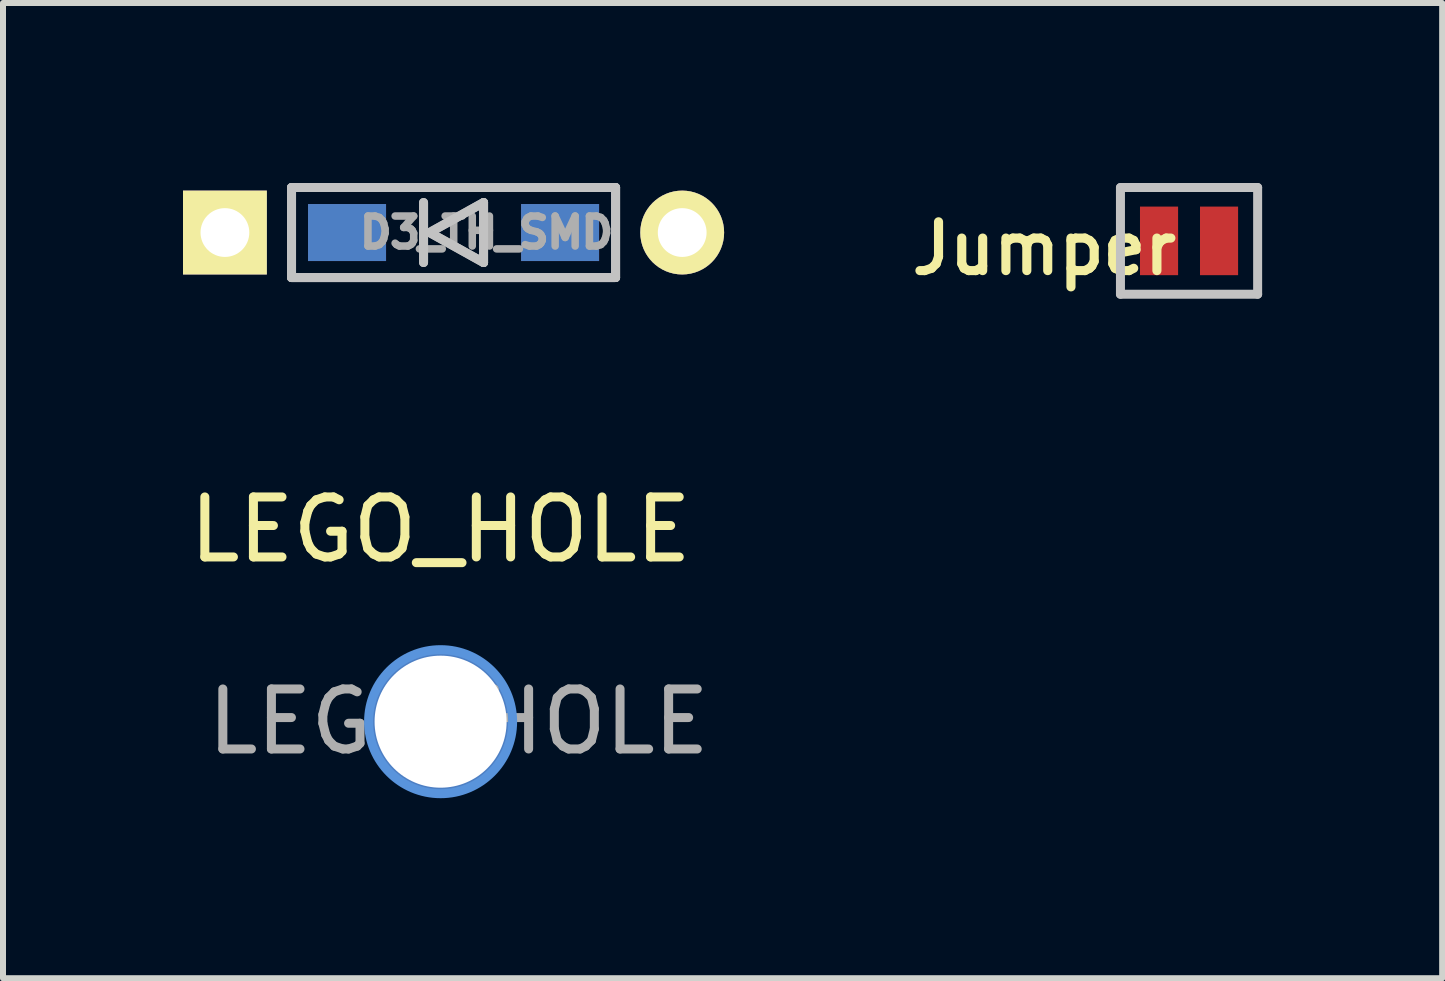
<source format=kicad_pcb>
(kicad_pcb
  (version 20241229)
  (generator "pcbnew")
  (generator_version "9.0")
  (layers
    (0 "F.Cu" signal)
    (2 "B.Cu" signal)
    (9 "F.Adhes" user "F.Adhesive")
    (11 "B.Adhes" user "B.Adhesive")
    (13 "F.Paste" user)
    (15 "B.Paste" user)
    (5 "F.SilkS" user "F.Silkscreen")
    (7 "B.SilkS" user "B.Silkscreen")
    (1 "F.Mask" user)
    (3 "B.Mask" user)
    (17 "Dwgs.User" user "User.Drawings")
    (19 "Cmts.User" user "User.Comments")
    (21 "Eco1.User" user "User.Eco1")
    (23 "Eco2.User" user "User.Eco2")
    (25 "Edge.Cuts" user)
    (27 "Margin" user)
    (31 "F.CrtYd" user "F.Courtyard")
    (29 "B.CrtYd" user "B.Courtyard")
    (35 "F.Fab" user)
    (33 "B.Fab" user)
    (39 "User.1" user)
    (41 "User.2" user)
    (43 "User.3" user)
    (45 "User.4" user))
  (footprint "D3_TH_SMD"
    (layer "F.Cu")
    (at 4.508 0.825)
    (property "Reference" "D3_TH_SMD" (at 0.55 0 0) (layer "F.Fab") (effects (font (size 0.5 0.5) (thickness 0.125))))
    (attr through_hole)
    (fp_line (start -2.7 -0.75) (end -2.7 0.75) (stroke (width 0.15) (type solid)) (layer "Dwgs.User"))
    (fp_line (start -2.7 -0.75) (end -2.7 0.75) (stroke (width 0.15) (type solid)) (layer "Dwgs.User"))
    (fp_line (start -2.7 0.75) (end 2.7 0.75) (stroke (width 0.15) (type solid)) (layer "Dwgs.User"))
    (fp_line (start -2.7 0.75) (end 2.7 0.75) (stroke (width 0.15) (type solid)) (layer "Dwgs.User"))
    (fp_line (start -0.5 -0.5) (end -0.5 0.5) (stroke (width 0.15) (type solid)) (layer "Dwgs.User"))
    (fp_line (start -0.5 -0.5) (end -0.5 0.5) (stroke (width 0.15) (type solid)) (layer "Dwgs.User"))
    (fp_line (start -0.4 0) (end 0.5 -0.5) (stroke (width 0.15) (type solid)) (layer "Dwgs.User"))
    (fp_line (start -0.4 0) (end 0.5 -0.5) (stroke (width 0.15) (type solid)) (layer "Dwgs.User"))
    (fp_line (start 0.5 -0.5) (end 0.5 0.5) (stroke (width 0.15) (type solid)) (layer "Dwgs.User"))
    (fp_line (start 0.5 -0.5) (end 0.5 0.5) (stroke (width 0.15) (type solid)) (layer "Dwgs.User"))
    (fp_line (start 0.5 0.5) (end -0.4 0) (stroke (width 0.15) (type solid)) (layer "Dwgs.User"))
    (fp_line (start 0.5 0.5) (end -0.4 0) (stroke (width 0.15) (type solid)) (layer "Dwgs.User"))
    (fp_line (start 2.7 -0.75) (end -2.7 -0.75) (stroke (width 0.15) (type solid)) (layer "Dwgs.User"))
    (fp_line (start 2.7 -0.75) (end -2.7 -0.75) (stroke (width 0.15) (type solid)) (layer "Dwgs.User"))
    (fp_line (start 2.7 0.75) (end 2.7 -0.75) (stroke (width 0.15) (type solid)) (layer "Dwgs.User"))
    (fp_line (start 2.7 0.75) (end 2.7 -0.75) (stroke (width 0.15) (type solid)) (layer "Dwgs.User"))
    (pad "1" thru_hole rect (at -3.81 0) (size 1.397 1.397) (drill 0.813) (layers "*.Cu" "*.Mask" "F.SilkS"))
    (pad "1" smd rect (at -1.775 0) (size 1.3 0.95) (layers "F.Cu" "F.Mask" "F.Paste"))
    (pad "1" smd rect (at -1.775 0) (size 1.3 0.95) (layers "B.Cu" "B.Mask" "B.Paste"))
    (pad "2" smd rect (at 1.775 0) (size 1.3 0.95) (layers "F.Cu" "F.Mask" "F.Paste"))
    (pad "2" smd rect (at 1.775 0) (size 1.3 0.95) (layers "B.Cu" "B.Mask" "B.Paste"))
    (pad "2" thru_hole circle (at 3.81 0) (size 1.397 1.397) (drill 0.813) (layers "*.Cu" "*.Mask" "F.SilkS")))
  (footprint "Jumper"
    (layer "F.Cu")
    (at 16.764 0.964)
    (property "Reference" "Jumper" (at -2.413 0.127 180) (layer "F.SilkS") (effects (font (size 0.813 0.813) (thickness 0.152))))
    (attr smd)
    (fp_line (start -1.143 -0.889) (end 1.143 -0.889) (stroke (width 0.15) (type solid)) (layer "Dwgs.User"))
    (fp_line (start -1.143 0.889) (end -1.143 -0.889) (stroke (width 0.15) (type solid)) (layer "Dwgs.User"))
    (fp_line (start 1.143 -0.889) (end 1.143 0.889) (stroke (width 0.15) (type solid)) (layer "Dwgs.User"))
    (fp_line (start 1.143 0.889) (end -1.143 0.889) (stroke (width 0.15) (type solid)) (layer "Dwgs.User"))
    (pad "1" smd rect (at -0.5 0) (size 0.635 1.143) (layers "F.Cu" "F.Mask" "F.Paste"))
    (pad "2" smd rect (at 0.5 0) (size 0.635 1.143) (layers "F.Cu" "F.Mask" "F.Paste")))
  (footprint "LEGO_HOLE"
    (layer "F.Cu")
    (at 4.292 8.976)
    (property "Reference" "LEGO_HOLE" (at 0 -3.2 0) (layer "F.SilkS") (effects (font (size 1 1) (thickness 0.15))))
    (attr exclude_from_pos_files exclude_from_bom)
    (fp_circle (center 0 0) (end 1.2 0) (stroke (width 0.15) (type solid)) (fill no) (layer "Cmts.User"))
    (fp_circle (center 0 0) (end 1.2 0) (stroke (width 0.05) (type solid)) (fill no) (layer "F.CrtYd"))
    (fp_text user "${REFERENCE}" (at 0.3 0 0) (layer "F.Fab") (effects (font (size 1 1) (thickness 0.15))))
    (pad "h2" thru_hole circle (at 0 0) (size 2.4 2.4) (drill 2.2) (layers "*.Cu" "*.Mask")))
  (gr_rect
    (start -3 -3)
    (end 20.982 13.251)
    (stroke (width 0.1) (type default))
    (fill no)
    (layer "Edge.Cuts")))
</source>
